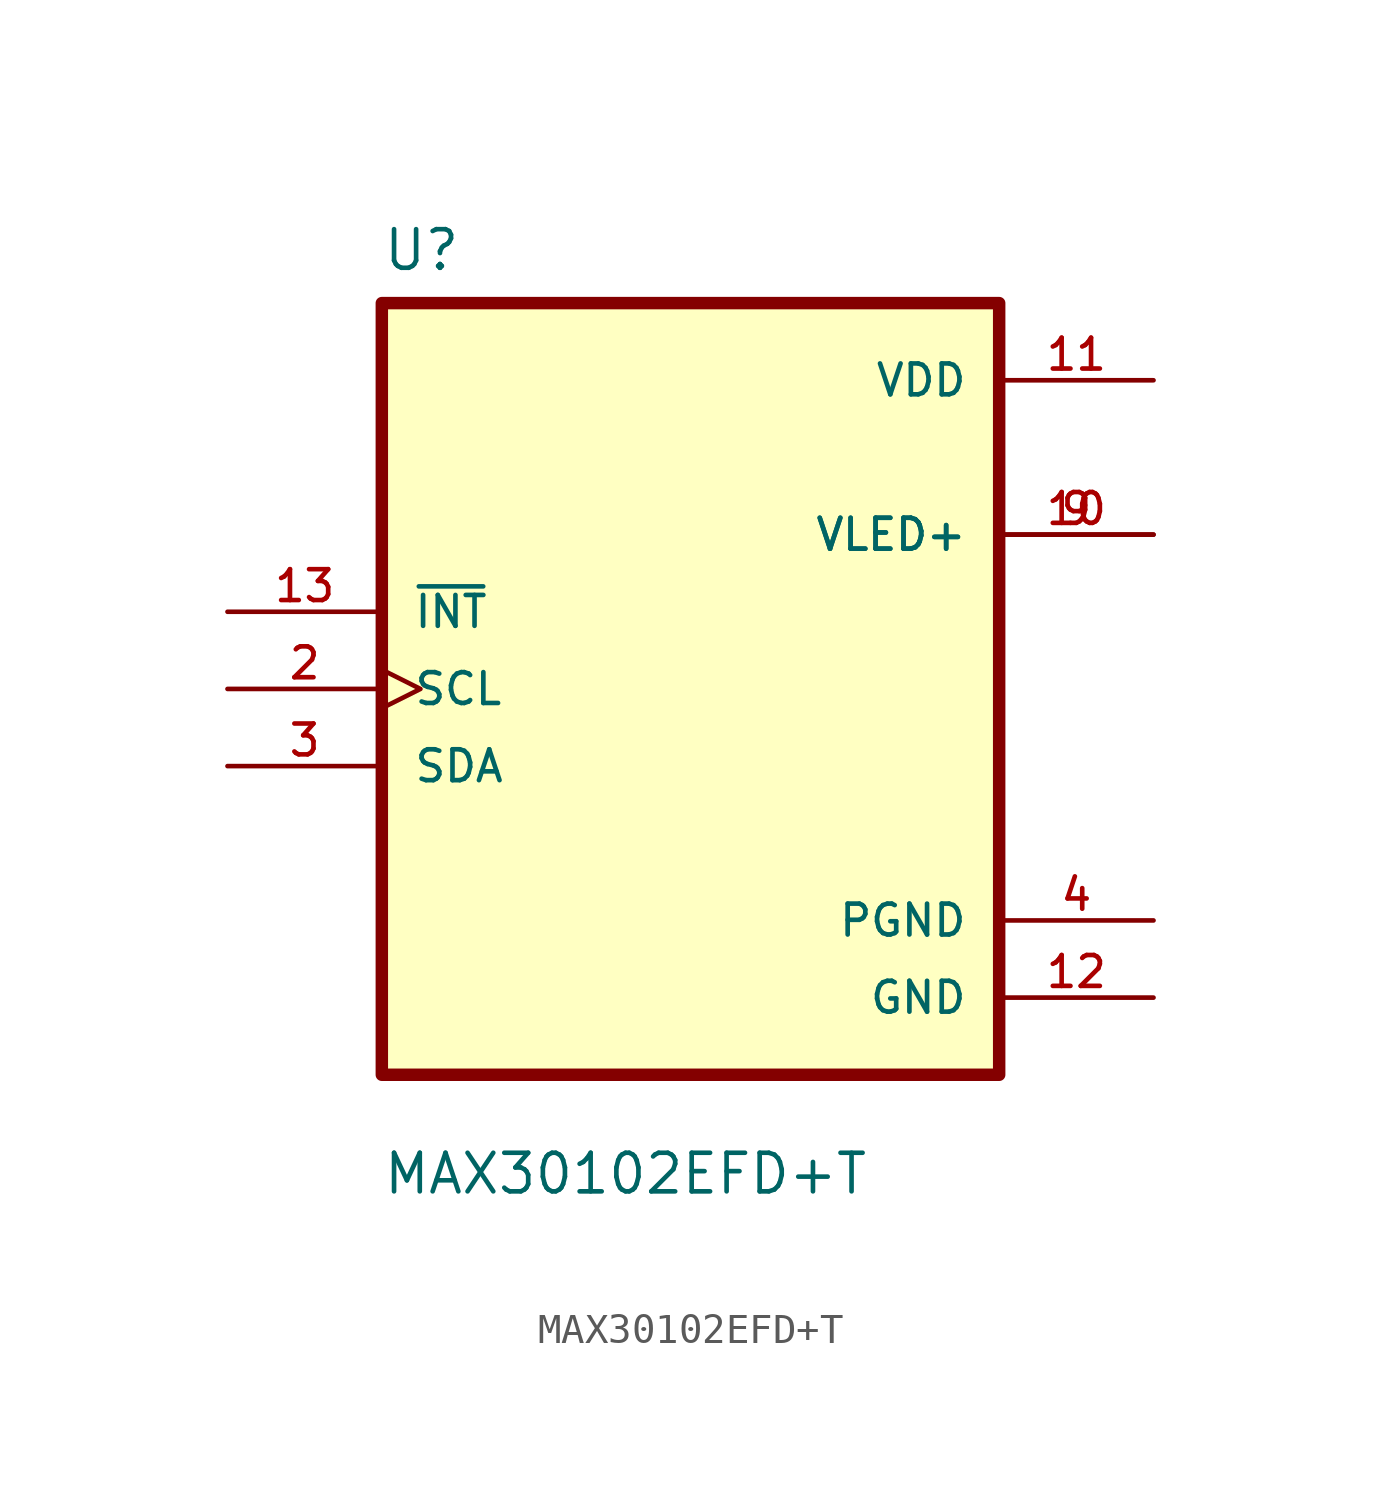
<source format=kicad_sym>
(kicad_symbol_lib
  (version 20211014)
  (generator kicad_symbol_editor)
  (symbol "MAX30102EFD+T"
    (pin_names
      (offset 1.016))
    (property "Reference" "U"
      (at -10.16 13.7 0.0)
      (effects (font (size 1.27 1.27)) (justify bottom left)))
    (property "Value" "MAX30102EFD+T"
      (at -10.16 -16.7 0.0)
      (effects (font (size 1.27 1.27)) (justify bottom left)))
    (symbol "MAX30102EFD+T_0_0"
      (rectangle (start -10.16 -12.7) (end 10.16 12.7) (stroke (width 0.41)) (fill (type background)))
      (pin input line (at -15.24 2.54 0) (length 5.08) (name "~{INT}" (effects (font (size 1.016 1.016)))) (number "13" (effects (font (size 1.016 1.016)))))
      (pin input clock (at -15.24 0.0 0) (length 5.08) (name "SCL" (effects (font (size 1.016 1.016)))) (number "2" (effects (font (size 1.016 1.016)))))
      (pin bidirectional line (at -15.24 -2.54 0) (length 5.08) (name "SDA" (effects (font (size 1.016 1.016)))) (number "3" (effects (font (size 1.016 1.016)))))
      (pin power_in line (at 15.24 10.16 180.0) (length 5.08) (name "VDD" (effects (font (size 1.016 1.016)))) (number "11" (effects (font (size 1.016 1.016)))))
      (pin power_in line (at 15.24 5.08 180.0) (length 5.08) (name "VLED+" (effects (font (size 1.016 1.016)))) (number "9" (effects (font (size 1.016 1.016)))))
      (pin power_in line (at 15.24 5.08 180.0) (length 5.08) (name "VLED+" (effects (font (size 1.016 1.016)))) (number "10" (effects (font (size 1.016 1.016)))))
      (pin power_in line (at 15.24 -7.62 180.0) (length 5.08) (name "PGND" (effects (font (size 1.016 1.016)))) (number "4" (effects (font (size 1.016 1.016)))))
      (pin power_in line (at 15.24 -10.16 180.0) (length 5.08) (name "GND" (effects (font (size 1.016 1.016)))) (number "12" (effects (font (size 1.016 1.016))))))))
</source>
